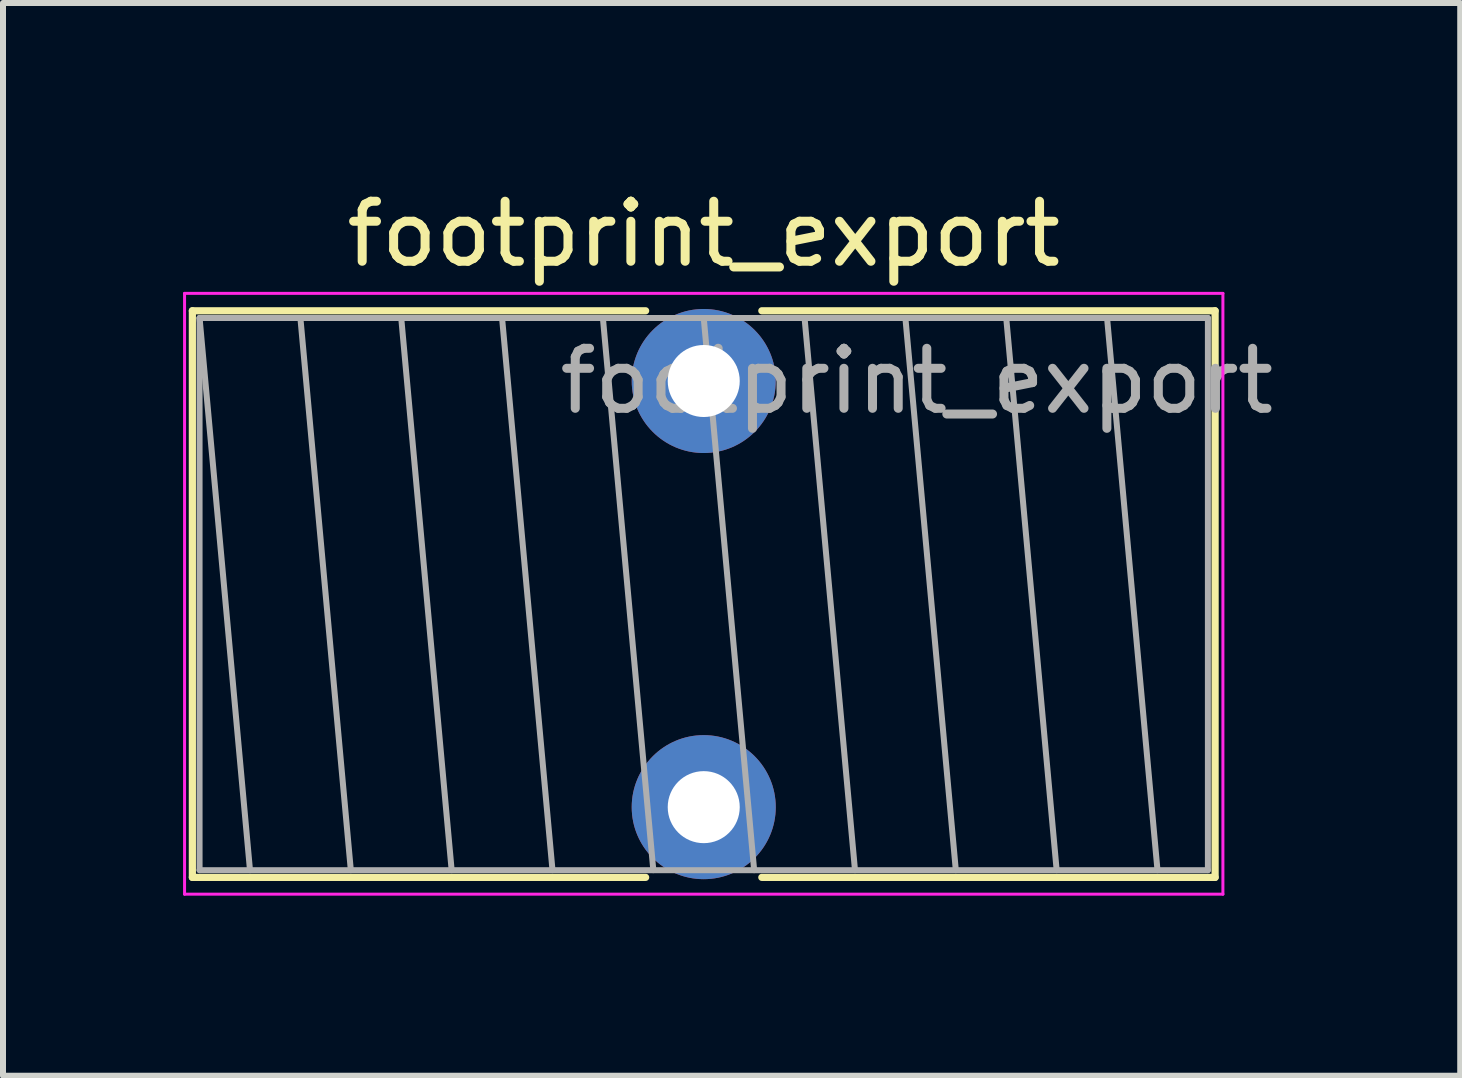
<source format=kicad_pcb>
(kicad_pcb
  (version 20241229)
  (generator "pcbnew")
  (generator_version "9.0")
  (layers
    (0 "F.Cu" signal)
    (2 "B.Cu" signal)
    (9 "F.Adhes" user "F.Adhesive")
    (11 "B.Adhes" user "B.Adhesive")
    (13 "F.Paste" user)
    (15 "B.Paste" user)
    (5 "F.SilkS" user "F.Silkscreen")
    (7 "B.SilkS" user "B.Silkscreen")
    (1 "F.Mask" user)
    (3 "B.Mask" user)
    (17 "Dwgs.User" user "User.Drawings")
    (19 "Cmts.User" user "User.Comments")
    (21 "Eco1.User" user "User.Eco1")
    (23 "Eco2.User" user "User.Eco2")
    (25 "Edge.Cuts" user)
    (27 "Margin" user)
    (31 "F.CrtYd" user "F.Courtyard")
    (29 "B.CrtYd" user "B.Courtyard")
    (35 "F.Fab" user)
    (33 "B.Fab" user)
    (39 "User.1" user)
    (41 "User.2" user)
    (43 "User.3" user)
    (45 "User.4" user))
  (footprint "footprint_export"
    (layer "F.Cu")
    (at 8.675 3.298)
    (property "Reference" "footprint_export" (at 0 -2.45 0) (layer "F.SilkS") (effects (font (size 1 1) (thickness 0.15))))
    (attr through_hole)
    (fp_line (start -8.52 -1.17) (end -8.52 8.27) (stroke (width 0.12) (type solid)) (layer "F.SilkS"))
    (fp_line (start -8.52 -1.17) (end -0.968 -1.17) (stroke (width 0.12) (type solid)) (layer "F.SilkS"))
    (fp_line (start -8.52 8.27) (end -0.968 8.27) (stroke (width 0.12) (type solid)) (layer "F.SilkS"))
    (fp_line (start 0.968 -1.17) (end 8.52 -1.17) (stroke (width 0.12) (type solid)) (layer "F.SilkS"))
    (fp_line (start 0.968 8.27) (end 8.52 8.27) (stroke (width 0.12) (type solid)) (layer "F.SilkS"))
    (fp_line (start 8.52 -1.17) (end 8.52 8.27) (stroke (width 0.12) (type solid)) (layer "F.SilkS"))
    (fp_line (start -8.65 -1.46) (end -8.65 8.55) (stroke (width 0.05) (type solid)) (layer "F.CrtYd"))
    (fp_line (start -8.65 8.55) (end 8.65 8.55) (stroke (width 0.05) (type solid)) (layer "F.CrtYd"))
    (fp_line (start 8.65 -1.46) (end -8.65 -1.46) (stroke (width 0.05) (type solid)) (layer "F.CrtYd"))
    (fp_line (start 8.65 8.55) (end 8.65 -1.46) (stroke (width 0.05) (type solid)) (layer "F.CrtYd"))
    (fp_line (start -8.4 -1.05) (end -8.4 8.15) (stroke (width 0.1) (type solid)) (layer "F.Fab"))
    (fp_line (start -8.4 -1.05) (end -7.56 8.15) (stroke (width 0.1) (type solid)) (layer "F.Fab"))
    (fp_line (start -8.4 8.15) (end 8.4 8.15) (stroke (width 0.1) (type solid)) (layer "F.Fab"))
    (fp_line (start -6.72 -1.05) (end -5.88 8.15) (stroke (width 0.1) (type solid)) (layer "F.Fab"))
    (fp_line (start -5.04 -1.05) (end -4.2 8.15) (stroke (width 0.1) (type solid)) (layer "F.Fab"))
    (fp_line (start -3.36 -1.05) (end -2.52 8.15) (stroke (width 0.1) (type solid)) (layer "F.Fab"))
    (fp_line (start -1.68 -1.05) (end -0.84 8.15) (stroke (width 0.1) (type solid)) (layer "F.Fab"))
    (fp_line (start 0 -1.05) (end 0.84 8.15) (stroke (width 0.1) (type solid)) (layer "F.Fab"))
    (fp_line (start 1.68 -1.05) (end 2.52 8.15) (stroke (width 0.1) (type solid)) (layer "F.Fab"))
    (fp_line (start 3.36 -1.05) (end 4.2 8.15) (stroke (width 0.1) (type solid)) (layer "F.Fab"))
    (fp_line (start 5.04 -1.05) (end 5.88 8.15) (stroke (width 0.1) (type solid)) (layer "F.Fab"))
    (fp_line (start 6.72 -1.05) (end 7.56 8.15) (stroke (width 0.1) (type solid)) (layer "F.Fab"))
    (fp_line (start 8.4 -1.05) (end -8.4 -1.05) (stroke (width 0.1) (type solid)) (layer "F.Fab"))
    (fp_line (start 8.4 8.15) (end 8.4 -1.05) (stroke (width 0.1) (type solid)) (layer "F.Fab"))
    (fp_text user "${REFERENCE}" (at 3.55 0 0) (layer "F.Fab") (effects (font (size 1 1) (thickness 0.15))))
    (pad "1" thru_hole circle (at 0 0) (size 2.4 2.4) (drill 1.2) (layers "*.Cu" "*.Mask"))
    (pad "2" thru_hole circle (at 0 7.1) (size 2.4 2.4) (drill 1.2) (layers "*.Cu" "*.Mask")))
  (gr_rect
    (start -3 -3)
    (end 21.279 14.873)
    (stroke (width 0.1) (type default))
    (fill no)
    (layer "Edge.Cuts")))
</source>
